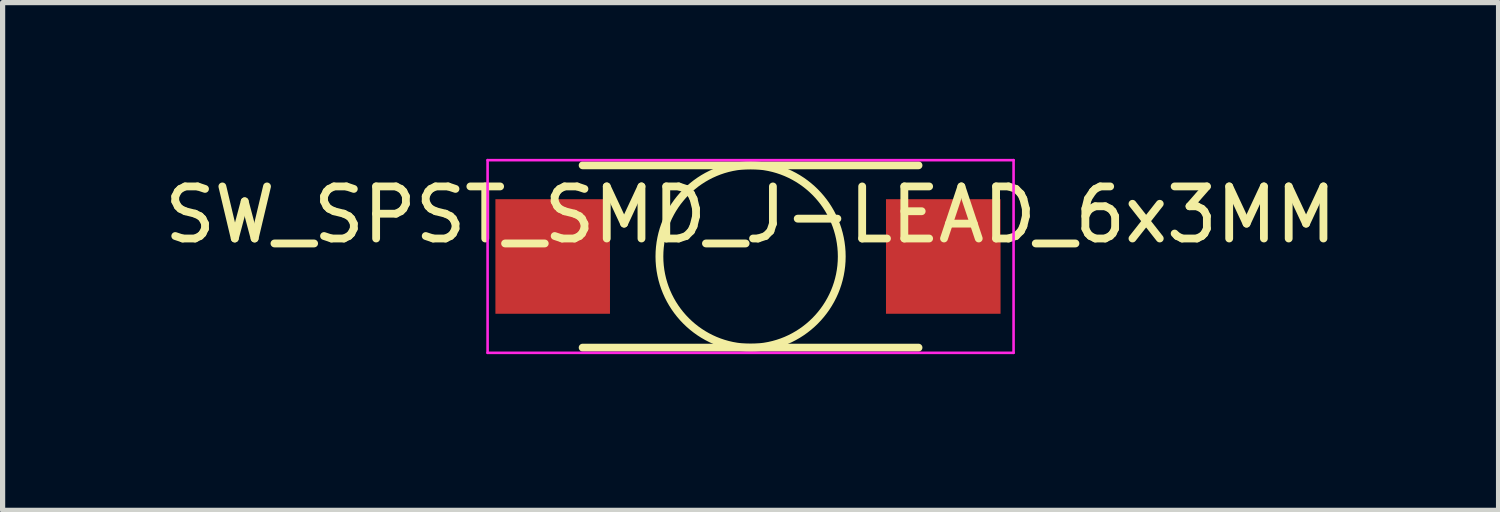
<source format=kicad_pcb>
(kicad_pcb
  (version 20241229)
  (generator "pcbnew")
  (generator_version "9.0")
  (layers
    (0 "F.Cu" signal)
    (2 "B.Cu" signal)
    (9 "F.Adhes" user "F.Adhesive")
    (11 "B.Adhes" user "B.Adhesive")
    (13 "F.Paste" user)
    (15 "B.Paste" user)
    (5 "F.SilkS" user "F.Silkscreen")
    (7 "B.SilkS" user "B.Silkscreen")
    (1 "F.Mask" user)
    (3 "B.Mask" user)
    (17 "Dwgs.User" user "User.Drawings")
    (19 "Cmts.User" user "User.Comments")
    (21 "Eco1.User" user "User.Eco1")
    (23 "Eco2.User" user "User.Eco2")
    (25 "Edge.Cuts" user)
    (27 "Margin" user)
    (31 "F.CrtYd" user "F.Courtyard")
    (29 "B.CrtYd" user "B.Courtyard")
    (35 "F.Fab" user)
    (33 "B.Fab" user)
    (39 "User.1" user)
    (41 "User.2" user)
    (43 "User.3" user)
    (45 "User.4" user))
  (footprint "SW_SPST_SMD_J-LEAD_6x3MM"
    (layer "F.Cu")
    (at 11.363 1.875)
    (property "Reference" "SW_SPST_SMD_J-LEAD_6x3MM" (at 0 -0.8 0) (layer "F.SilkS") (effects (font (size 1 1) (thickness 0.15))))
    (attr through_hole)
    (fp_line (start -3.225 -1.75) (end 3.225 -1.75) (stroke (width 0.15) (type solid)) (layer "F.SilkS"))
    (fp_line (start -3.225 1.75) (end 3.225 1.75) (stroke (width 0.15) (type solid)) (layer "F.SilkS"))
    (fp_circle (center 0 0) (end 1.75 -0.05) (stroke (width 0.15) (type solid)) (fill no) (layer "F.SilkS"))
    (fp_line (start -5.05 -1.85) (end -5.05 1.85) (stroke (width 0.05) (type solid)) (layer "F.CrtYd"))
    (fp_line (start -5.05 -1.85) (end 5.05 -1.85) (stroke (width 0.05) (type solid)) (layer "F.CrtYd"))
    (fp_line (start -5.05 1.85) (end 5.05 1.85) (stroke (width 0.05) (type solid)) (layer "F.CrtYd"))
    (fp_line (start 5.05 1.85) (end 5.05 -1.85) (stroke (width 0.05) (type solid)) (layer "F.CrtYd"))
    (pad "1" smd rect (at -3.8 0) (size 2.2 2.2) (layers "F.Cu" "F.Mask" "F.Paste"))
    (pad "2" smd rect (at 3.7 0) (size 2.2 2.2) (layers "F.Cu" "F.Mask" "F.Paste")))
  (gr_rect
    (start -3 -3)
    (end 25.726 6.75)
    (stroke (width 0.1) (type default))
    (fill no)
    (layer "Edge.Cuts")))
</source>
